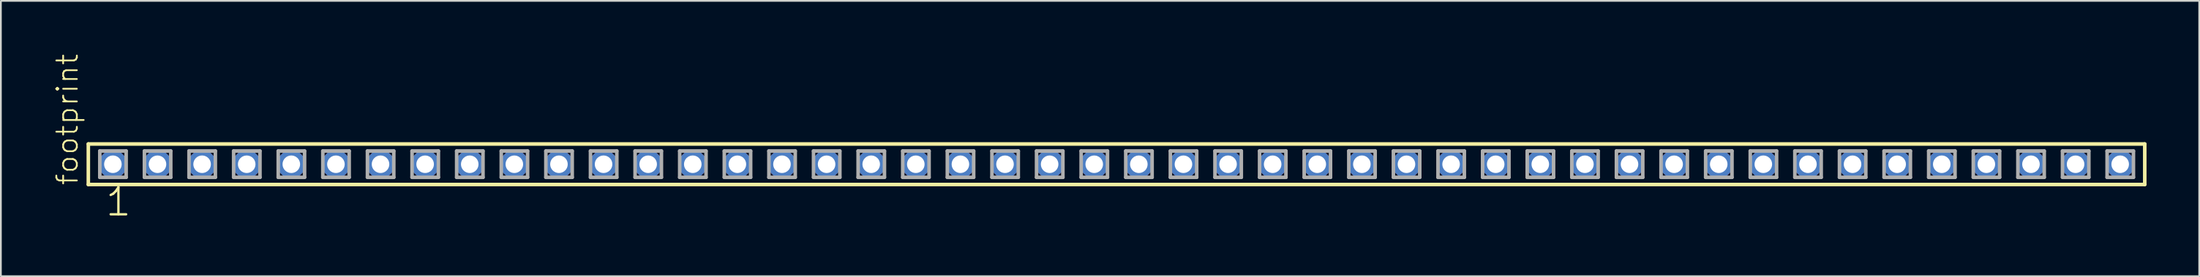
<source format=kicad_pcb>
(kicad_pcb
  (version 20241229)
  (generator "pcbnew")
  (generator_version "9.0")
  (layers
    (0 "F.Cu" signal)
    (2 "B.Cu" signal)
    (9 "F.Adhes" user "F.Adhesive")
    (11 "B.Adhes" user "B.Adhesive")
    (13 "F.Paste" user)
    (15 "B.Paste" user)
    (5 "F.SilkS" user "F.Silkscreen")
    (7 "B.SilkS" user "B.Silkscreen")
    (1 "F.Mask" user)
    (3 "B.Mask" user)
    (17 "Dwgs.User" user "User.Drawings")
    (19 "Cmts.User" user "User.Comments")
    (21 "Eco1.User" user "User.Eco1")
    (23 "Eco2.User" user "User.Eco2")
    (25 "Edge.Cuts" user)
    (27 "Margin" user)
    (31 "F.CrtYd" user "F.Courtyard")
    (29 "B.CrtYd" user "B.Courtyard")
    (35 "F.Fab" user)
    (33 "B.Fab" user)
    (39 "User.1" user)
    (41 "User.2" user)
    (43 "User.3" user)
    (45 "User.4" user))
  (footprint "footprint"
    (layer "F.Cu")
    (at 60.528 6.312)
    (property "Reference" "footprint" (at -59.055 1.27 90) (layer "F.SilkS") (effects (font (size 1.168 1.168) (thickness 0.102)) (justify left bottom)))
    (fp_line (start -58.549 -1.155) (end 58.549 -1.155) (stroke (width 0.203) (type solid)) (layer "F.SilkS"))
    (fp_line (start -58.549 1.155) (end -58.549 -1.155) (stroke (width 0.203) (type solid)) (layer "F.SilkS"))
    (fp_line (start 58.549 -1.155) (end 58.549 1.155) (stroke (width 0.203) (type solid)) (layer "F.SilkS"))
    (fp_line (start 58.549 1.155) (end -58.549 1.155) (stroke (width 0.203) (type solid)) (layer "F.SilkS"))
    (fp_line (start -57.895 -0.755) (end -56.395 -0.755) (stroke (width 0.203) (type solid)) (layer "F.Fab"))
    (fp_line (start -57.895 0.745) (end -57.895 -0.755) (stroke (width 0.203) (type solid)) (layer "F.Fab"))
    (fp_line (start -56.395 -0.755) (end -56.395 0.745) (stroke (width 0.203) (type solid)) (layer "F.Fab"))
    (fp_line (start -56.395 0.745) (end -57.895 0.745) (stroke (width 0.203) (type solid)) (layer "F.Fab"))
    (fp_line (start -55.355 -0.755) (end -53.855 -0.755) (stroke (width 0.203) (type solid)) (layer "F.Fab"))
    (fp_line (start -55.355 0.745) (end -55.355 -0.755) (stroke (width 0.203) (type solid)) (layer "F.Fab"))
    (fp_line (start -53.855 -0.755) (end -53.855 0.745) (stroke (width 0.203) (type solid)) (layer "F.Fab"))
    (fp_line (start -53.855 0.745) (end -55.355 0.745) (stroke (width 0.203) (type solid)) (layer "F.Fab"))
    (fp_line (start -52.815 -0.755) (end -51.315 -0.755) (stroke (width 0.203) (type solid)) (layer "F.Fab"))
    (fp_line (start -52.815 0.745) (end -52.815 -0.755) (stroke (width 0.203) (type solid)) (layer "F.Fab"))
    (fp_line (start -51.315 -0.755) (end -51.315 0.745) (stroke (width 0.203) (type solid)) (layer "F.Fab"))
    (fp_line (start -51.315 0.745) (end -52.815 0.745) (stroke (width 0.203) (type solid)) (layer "F.Fab"))
    (fp_line (start -50.275 -0.755) (end -48.775 -0.755) (stroke (width 0.203) (type solid)) (layer "F.Fab"))
    (fp_line (start -50.275 0.745) (end -50.275 -0.755) (stroke (width 0.203) (type solid)) (layer "F.Fab"))
    (fp_line (start -48.775 -0.755) (end -48.775 0.745) (stroke (width 0.203) (type solid)) (layer "F.Fab"))
    (fp_line (start -48.775 0.745) (end -50.275 0.745) (stroke (width 0.203) (type solid)) (layer "F.Fab"))
    (fp_line (start -47.735 -0.755) (end -46.235 -0.755) (stroke (width 0.203) (type solid)) (layer "F.Fab"))
    (fp_line (start -47.735 0.745) (end -47.735 -0.755) (stroke (width 0.203) (type solid)) (layer "F.Fab"))
    (fp_line (start -46.235 -0.755) (end -46.235 0.745) (stroke (width 0.203) (type solid)) (layer "F.Fab"))
    (fp_line (start -46.235 0.745) (end -47.735 0.745) (stroke (width 0.203) (type solid)) (layer "F.Fab"))
    (fp_line (start -45.195 -0.755) (end -43.695 -0.755) (stroke (width 0.203) (type solid)) (layer "F.Fab"))
    (fp_line (start -45.195 0.745) (end -45.195 -0.755) (stroke (width 0.203) (type solid)) (layer "F.Fab"))
    (fp_line (start -43.695 -0.755) (end -43.695 0.745) (stroke (width 0.203) (type solid)) (layer "F.Fab"))
    (fp_line (start -43.695 0.745) (end -45.195 0.745) (stroke (width 0.203) (type solid)) (layer "F.Fab"))
    (fp_line (start -42.655 -0.755) (end -41.155 -0.755) (stroke (width 0.203) (type solid)) (layer "F.Fab"))
    (fp_line (start -42.655 0.745) (end -42.655 -0.755) (stroke (width 0.203) (type solid)) (layer "F.Fab"))
    (fp_line (start -41.155 -0.755) (end -41.155 0.745) (stroke (width 0.203) (type solid)) (layer "F.Fab"))
    (fp_line (start -41.155 0.745) (end -42.655 0.745) (stroke (width 0.203) (type solid)) (layer "F.Fab"))
    (fp_line (start -40.115 -0.755) (end -38.615 -0.755) (stroke (width 0.203) (type solid)) (layer "F.Fab"))
    (fp_line (start -40.115 0.745) (end -40.115 -0.755) (stroke (width 0.203) (type solid)) (layer "F.Fab"))
    (fp_line (start -38.615 -0.755) (end -38.615 0.745) (stroke (width 0.203) (type solid)) (layer "F.Fab"))
    (fp_line (start -38.615 0.745) (end -40.115 0.745) (stroke (width 0.203) (type solid)) (layer "F.Fab"))
    (fp_line (start -37.575 -0.755) (end -36.075 -0.755) (stroke (width 0.203) (type solid)) (layer "F.Fab"))
    (fp_line (start -37.575 0.745) (end -37.575 -0.755) (stroke (width 0.203) (type solid)) (layer "F.Fab"))
    (fp_line (start -36.075 -0.755) (end -36.075 0.745) (stroke (width 0.203) (type solid)) (layer "F.Fab"))
    (fp_line (start -36.075 0.745) (end -37.575 0.745) (stroke (width 0.203) (type solid)) (layer "F.Fab"))
    (fp_line (start -35.035 -0.755) (end -33.535 -0.755) (stroke (width 0.203) (type solid)) (layer "F.Fab"))
    (fp_line (start -35.035 0.745) (end -35.035 -0.755) (stroke (width 0.203) (type solid)) (layer "F.Fab"))
    (fp_line (start -33.535 -0.755) (end -33.535 0.745) (stroke (width 0.203) (type solid)) (layer "F.Fab"))
    (fp_line (start -33.535 0.745) (end -35.035 0.745) (stroke (width 0.203) (type solid)) (layer "F.Fab"))
    (fp_line (start -32.495 -0.755) (end -30.995 -0.755) (stroke (width 0.203) (type solid)) (layer "F.Fab"))
    (fp_line (start -32.495 0.745) (end -32.495 -0.755) (stroke (width 0.203) (type solid)) (layer "F.Fab"))
    (fp_line (start -30.995 -0.755) (end -30.995 0.745) (stroke (width 0.203) (type solid)) (layer "F.Fab"))
    (fp_line (start -30.995 0.745) (end -32.495 0.745) (stroke (width 0.203) (type solid)) (layer "F.Fab"))
    (fp_line (start -29.955 -0.755) (end -28.455 -0.755) (stroke (width 0.203) (type solid)) (layer "F.Fab"))
    (fp_line (start -29.955 0.745) (end -29.955 -0.755) (stroke (width 0.203) (type solid)) (layer "F.Fab"))
    (fp_line (start -28.455 -0.755) (end -28.455 0.745) (stroke (width 0.203) (type solid)) (layer "F.Fab"))
    (fp_line (start -28.455 0.745) (end -29.955 0.745) (stroke (width 0.203) (type solid)) (layer "F.Fab"))
    (fp_line (start -27.415 -0.755) (end -25.915 -0.755) (stroke (width 0.203) (type solid)) (layer "F.Fab"))
    (fp_line (start -27.415 0.745) (end -27.415 -0.755) (stroke (width 0.203) (type solid)) (layer "F.Fab"))
    (fp_line (start -25.915 -0.755) (end -25.915 0.745) (stroke (width 0.203) (type solid)) (layer "F.Fab"))
    (fp_line (start -25.915 0.745) (end -27.415 0.745) (stroke (width 0.203) (type solid)) (layer "F.Fab"))
    (fp_line (start -24.875 -0.755) (end -23.375 -0.755) (stroke (width 0.203) (type solid)) (layer "F.Fab"))
    (fp_line (start -24.875 0.745) (end -24.875 -0.755) (stroke (width 0.203) (type solid)) (layer "F.Fab"))
    (fp_line (start -23.375 -0.755) (end -23.375 0.745) (stroke (width 0.203) (type solid)) (layer "F.Fab"))
    (fp_line (start -23.375 0.745) (end -24.875 0.745) (stroke (width 0.203) (type solid)) (layer "F.Fab"))
    (fp_line (start -22.335 -0.755) (end -20.835 -0.755) (stroke (width 0.203) (type solid)) (layer "F.Fab"))
    (fp_line (start -22.335 0.745) (end -22.335 -0.755) (stroke (width 0.203) (type solid)) (layer "F.Fab"))
    (fp_line (start -20.835 -0.755) (end -20.835 0.745) (stroke (width 0.203) (type solid)) (layer "F.Fab"))
    (fp_line (start -20.835 0.745) (end -22.335 0.745) (stroke (width 0.203) (type solid)) (layer "F.Fab"))
    (fp_line (start -19.795 -0.755) (end -18.295 -0.755) (stroke (width 0.203) (type solid)) (layer "F.Fab"))
    (fp_line (start -19.795 0.745) (end -19.795 -0.755) (stroke (width 0.203) (type solid)) (layer "F.Fab"))
    (fp_line (start -18.295 -0.755) (end -18.295 0.745) (stroke (width 0.203) (type solid)) (layer "F.Fab"))
    (fp_line (start -18.295 0.745) (end -19.795 0.745) (stroke (width 0.203) (type solid)) (layer "F.Fab"))
    (fp_line (start -17.255 -0.755) (end -15.755 -0.755) (stroke (width 0.203) (type solid)) (layer "F.Fab"))
    (fp_line (start -17.255 0.745) (end -17.255 -0.755) (stroke (width 0.203) (type solid)) (layer "F.Fab"))
    (fp_line (start -15.755 -0.755) (end -15.755 0.745) (stroke (width 0.203) (type solid)) (layer "F.Fab"))
    (fp_line (start -15.755 0.745) (end -17.255 0.745) (stroke (width 0.203) (type solid)) (layer "F.Fab"))
    (fp_line (start -14.715 -0.755) (end -13.215 -0.755) (stroke (width 0.203) (type solid)) (layer "F.Fab"))
    (fp_line (start -14.715 0.745) (end -14.715 -0.755) (stroke (width 0.203) (type solid)) (layer "F.Fab"))
    (fp_line (start -13.215 -0.755) (end -13.215 0.745) (stroke (width 0.203) (type solid)) (layer "F.Fab"))
    (fp_line (start -13.215 0.745) (end -14.715 0.745) (stroke (width 0.203) (type solid)) (layer "F.Fab"))
    (fp_line (start -12.175 -0.755) (end -10.675 -0.755) (stroke (width 0.203) (type solid)) (layer "F.Fab"))
    (fp_line (start -12.175 0.745) (end -12.175 -0.755) (stroke (width 0.203) (type solid)) (layer "F.Fab"))
    (fp_line (start -10.675 -0.755) (end -10.675 0.745) (stroke (width 0.203) (type solid)) (layer "F.Fab"))
    (fp_line (start -10.675 0.745) (end -12.175 0.745) (stroke (width 0.203) (type solid)) (layer "F.Fab"))
    (fp_line (start -9.635 -0.755) (end -8.135 -0.755) (stroke (width 0.203) (type solid)) (layer "F.Fab"))
    (fp_line (start -9.635 0.745) (end -9.635 -0.755) (stroke (width 0.203) (type solid)) (layer "F.Fab"))
    (fp_line (start -8.135 -0.755) (end -8.135 0.745) (stroke (width 0.203) (type solid)) (layer "F.Fab"))
    (fp_line (start -8.135 0.745) (end -9.635 0.745) (stroke (width 0.203) (type solid)) (layer "F.Fab"))
    (fp_line (start -7.095 -0.755) (end -5.595 -0.755) (stroke (width 0.203) (type solid)) (layer "F.Fab"))
    (fp_line (start -7.095 0.745) (end -7.095 -0.755) (stroke (width 0.203) (type solid)) (layer "F.Fab"))
    (fp_line (start -5.595 -0.755) (end -5.595 0.745) (stroke (width 0.203) (type solid)) (layer "F.Fab"))
    (fp_line (start -5.595 0.745) (end -7.095 0.745) (stroke (width 0.203) (type solid)) (layer "F.Fab"))
    (fp_line (start -4.555 -0.755) (end -3.055 -0.755) (stroke (width 0.203) (type solid)) (layer "F.Fab"))
    (fp_line (start -4.555 0.745) (end -4.555 -0.755) (stroke (width 0.203) (type solid)) (layer "F.Fab"))
    (fp_line (start -3.055 -0.755) (end -3.055 0.745) (stroke (width 0.203) (type solid)) (layer "F.Fab"))
    (fp_line (start -3.055 0.745) (end -4.555 0.745) (stroke (width 0.203) (type solid)) (layer "F.Fab"))
    (fp_line (start -2.015 -0.755) (end -0.515 -0.755) (stroke (width 0.203) (type solid)) (layer "F.Fab"))
    (fp_line (start -2.015 0.745) (end -2.015 -0.755) (stroke (width 0.203) (type solid)) (layer "F.Fab"))
    (fp_line (start -0.515 -0.755) (end -0.515 0.745) (stroke (width 0.203) (type solid)) (layer "F.Fab"))
    (fp_line (start -0.515 0.745) (end -2.015 0.745) (stroke (width 0.203) (type solid)) (layer "F.Fab"))
    (fp_line (start 0.525 -0.755) (end 2.025 -0.755) (stroke (width 0.203) (type solid)) (layer "F.Fab"))
    (fp_line (start 0.525 0.745) (end 0.525 -0.755) (stroke (width 0.203) (type solid)) (layer "F.Fab"))
    (fp_line (start 2.025 -0.755) (end 2.025 0.745) (stroke (width 0.203) (type solid)) (layer "F.Fab"))
    (fp_line (start 2.025 0.745) (end 0.525 0.745) (stroke (width 0.203) (type solid)) (layer "F.Fab"))
    (fp_line (start 3.065 -0.755) (end 4.565 -0.755) (stroke (width 0.203) (type solid)) (layer "F.Fab"))
    (fp_line (start 3.065 0.745) (end 3.065 -0.755) (stroke (width 0.203) (type solid)) (layer "F.Fab"))
    (fp_line (start 4.565 -0.755) (end 4.565 0.745) (stroke (width 0.203) (type solid)) (layer "F.Fab"))
    (fp_line (start 4.565 0.745) (end 3.065 0.745) (stroke (width 0.203) (type solid)) (layer "F.Fab"))
    (fp_line (start 5.605 -0.755) (end 7.105 -0.755) (stroke (width 0.203) (type solid)) (layer "F.Fab"))
    (fp_line (start 5.605 0.745) (end 5.605 -0.755) (stroke (width 0.203) (type solid)) (layer "F.Fab"))
    (fp_line (start 7.105 -0.755) (end 7.105 0.745) (stroke (width 0.203) (type solid)) (layer "F.Fab"))
    (fp_line (start 7.105 0.745) (end 5.605 0.745) (stroke (width 0.203) (type solid)) (layer "F.Fab"))
    (fp_line (start 8.145 -0.755) (end 9.645 -0.755) (stroke (width 0.203) (type solid)) (layer "F.Fab"))
    (fp_line (start 8.145 0.745) (end 8.145 -0.755) (stroke (width 0.203) (type solid)) (layer "F.Fab"))
    (fp_line (start 9.645 -0.755) (end 9.645 0.745) (stroke (width 0.203) (type solid)) (layer "F.Fab"))
    (fp_line (start 9.645 0.745) (end 8.145 0.745) (stroke (width 0.203) (type solid)) (layer "F.Fab"))
    (fp_line (start 10.685 -0.755) (end 12.185 -0.755) (stroke (width 0.203) (type solid)) (layer "F.Fab"))
    (fp_line (start 10.685 0.745) (end 10.685 -0.755) (stroke (width 0.203) (type solid)) (layer "F.Fab"))
    (fp_line (start 12.185 -0.755) (end 12.185 0.745) (stroke (width 0.203) (type solid)) (layer "F.Fab"))
    (fp_line (start 12.185 0.745) (end 10.685 0.745) (stroke (width 0.203) (type solid)) (layer "F.Fab"))
    (fp_line (start 13.225 -0.755) (end 14.725 -0.755) (stroke (width 0.203) (type solid)) (layer "F.Fab"))
    (fp_line (start 13.225 0.745) (end 13.225 -0.755) (stroke (width 0.203) (type solid)) (layer "F.Fab"))
    (fp_line (start 14.725 -0.755) (end 14.725 0.745) (stroke (width 0.203) (type solid)) (layer "F.Fab"))
    (fp_line (start 14.725 0.745) (end 13.225 0.745) (stroke (width 0.203) (type solid)) (layer "F.Fab"))
    (fp_line (start 15.765 -0.755) (end 17.265 -0.755) (stroke (width 0.203) (type solid)) (layer "F.Fab"))
    (fp_line (start 15.765 0.745) (end 15.765 -0.755) (stroke (width 0.203) (type solid)) (layer "F.Fab"))
    (fp_line (start 17.265 -0.755) (end 17.265 0.745) (stroke (width 0.203) (type solid)) (layer "F.Fab"))
    (fp_line (start 17.265 0.745) (end 15.765 0.745) (stroke (width 0.203) (type solid)) (layer "F.Fab"))
    (fp_line (start 18.305 -0.755) (end 19.805 -0.755) (stroke (width 0.203) (type solid)) (layer "F.Fab"))
    (fp_line (start 18.305 0.745) (end 18.305 -0.755) (stroke (width 0.203) (type solid)) (layer "F.Fab"))
    (fp_line (start 19.805 -0.755) (end 19.805 0.745) (stroke (width 0.203) (type solid)) (layer "F.Fab"))
    (fp_line (start 19.805 0.745) (end 18.305 0.745) (stroke (width 0.203) (type solid)) (layer "F.Fab"))
    (fp_line (start 20.845 -0.755) (end 22.345 -0.755) (stroke (width 0.203) (type solid)) (layer "F.Fab"))
    (fp_line (start 20.845 0.745) (end 20.845 -0.755) (stroke (width 0.203) (type solid)) (layer "F.Fab"))
    (fp_line (start 22.345 -0.755) (end 22.345 0.745) (stroke (width 0.203) (type solid)) (layer "F.Fab"))
    (fp_line (start 22.345 0.745) (end 20.845 0.745) (stroke (width 0.203) (type solid)) (layer "F.Fab"))
    (fp_line (start 23.385 -0.755) (end 24.885 -0.755) (stroke (width 0.203) (type solid)) (layer "F.Fab"))
    (fp_line (start 23.385 0.745) (end 23.385 -0.755) (stroke (width 0.203) (type solid)) (layer "F.Fab"))
    (fp_line (start 24.885 -0.755) (end 24.885 0.745) (stroke (width 0.203) (type solid)) (layer "F.Fab"))
    (fp_line (start 24.885 0.745) (end 23.385 0.745) (stroke (width 0.203) (type solid)) (layer "F.Fab"))
    (fp_line (start 25.925 -0.755) (end 27.425 -0.755) (stroke (width 0.203) (type solid)) (layer "F.Fab"))
    (fp_line (start 25.925 0.745) (end 25.925 -0.755) (stroke (width 0.203) (type solid)) (layer "F.Fab"))
    (fp_line (start 27.425 -0.755) (end 27.425 0.745) (stroke (width 0.203) (type solid)) (layer "F.Fab"))
    (fp_line (start 27.425 0.745) (end 25.925 0.745) (stroke (width 0.203) (type solid)) (layer "F.Fab"))
    (fp_line (start 28.465 -0.755) (end 29.965 -0.755) (stroke (width 0.203) (type solid)) (layer "F.Fab"))
    (fp_line (start 28.465 0.745) (end 28.465 -0.755) (stroke (width 0.203) (type solid)) (layer "F.Fab"))
    (fp_line (start 29.965 -0.755) (end 29.965 0.745) (stroke (width 0.203) (type solid)) (layer "F.Fab"))
    (fp_line (start 29.965 0.745) (end 28.465 0.745) (stroke (width 0.203) (type solid)) (layer "F.Fab"))
    (fp_line (start 31.005 -0.755) (end 32.505 -0.755) (stroke (width 0.203) (type solid)) (layer "F.Fab"))
    (fp_line (start 31.005 0.745) (end 31.005 -0.755) (stroke (width 0.203) (type solid)) (layer "F.Fab"))
    (fp_line (start 32.505 -0.755) (end 32.505 0.745) (stroke (width 0.203) (type solid)) (layer "F.Fab"))
    (fp_line (start 32.505 0.745) (end 31.005 0.745) (stroke (width 0.203) (type solid)) (layer "F.Fab"))
    (fp_line (start 33.545 -0.755) (end 35.045 -0.755) (stroke (width 0.203) (type solid)) (layer "F.Fab"))
    (fp_line (start 33.545 0.745) (end 33.545 -0.755) (stroke (width 0.203) (type solid)) (layer "F.Fab"))
    (fp_line (start 35.045 -0.755) (end 35.045 0.745) (stroke (width 0.203) (type solid)) (layer "F.Fab"))
    (fp_line (start 35.045 0.745) (end 33.545 0.745) (stroke (width 0.203) (type solid)) (layer "F.Fab"))
    (fp_line (start 36.085 -0.755) (end 37.585 -0.755) (stroke (width 0.203) (type solid)) (layer "F.Fab"))
    (fp_line (start 36.085 0.745) (end 36.085 -0.755) (stroke (width 0.203) (type solid)) (layer "F.Fab"))
    (fp_line (start 37.585 -0.755) (end 37.585 0.745) (stroke (width 0.203) (type solid)) (layer "F.Fab"))
    (fp_line (start 37.585 0.745) (end 36.085 0.745) (stroke (width 0.203) (type solid)) (layer "F.Fab"))
    (fp_line (start 38.625 -0.755) (end 40.125 -0.755) (stroke (width 0.203) (type solid)) (layer "F.Fab"))
    (fp_line (start 38.625 0.745) (end 38.625 -0.755) (stroke (width 0.203) (type solid)) (layer "F.Fab"))
    (fp_line (start 40.125 -0.755) (end 40.125 0.745) (stroke (width 0.203) (type solid)) (layer "F.Fab"))
    (fp_line (start 40.125 0.745) (end 38.625 0.745) (stroke (width 0.203) (type solid)) (layer "F.Fab"))
    (fp_line (start 41.165 -0.755) (end 42.665 -0.755) (stroke (width 0.203) (type solid)) (layer "F.Fab"))
    (fp_line (start 41.165 0.745) (end 41.165 -0.755) (stroke (width 0.203) (type solid)) (layer "F.Fab"))
    (fp_line (start 42.665 -0.755) (end 42.665 0.745) (stroke (width 0.203) (type solid)) (layer "F.Fab"))
    (fp_line (start 42.665 0.745) (end 41.165 0.745) (stroke (width 0.203) (type solid)) (layer "F.Fab"))
    (fp_line (start 43.705 -0.755) (end 45.205 -0.755) (stroke (width 0.203) (type solid)) (layer "F.Fab"))
    (fp_line (start 43.705 0.745) (end 43.705 -0.755) (stroke (width 0.203) (type solid)) (layer "F.Fab"))
    (fp_line (start 45.205 -0.755) (end 45.205 0.745) (stroke (width 0.203) (type solid)) (layer "F.Fab"))
    (fp_line (start 45.205 0.745) (end 43.705 0.745) (stroke (width 0.203) (type solid)) (layer "F.Fab"))
    (fp_line (start 46.245 -0.755) (end 47.745 -0.755) (stroke (width 0.203) (type solid)) (layer "F.Fab"))
    (fp_line (start 46.245 0.745) (end 46.245 -0.755) (stroke (width 0.203) (type solid)) (layer "F.Fab"))
    (fp_line (start 47.745 -0.755) (end 47.745 0.745) (stroke (width 0.203) (type solid)) (layer "F.Fab"))
    (fp_line (start 47.745 0.745) (end 46.245 0.745) (stroke (width 0.203) (type solid)) (layer "F.Fab"))
    (fp_line (start 48.785 -0.755) (end 50.285 -0.755) (stroke (width 0.203) (type solid)) (layer "F.Fab"))
    (fp_line (start 48.785 0.745) (end 48.785 -0.755) (stroke (width 0.203) (type solid)) (layer "F.Fab"))
    (fp_line (start 50.285 -0.755) (end 50.285 0.745) (stroke (width 0.203) (type solid)) (layer "F.Fab"))
    (fp_line (start 50.285 0.745) (end 48.785 0.745) (stroke (width 0.203) (type solid)) (layer "F.Fab"))
    (fp_line (start 51.325 -0.755) (end 52.825 -0.755) (stroke (width 0.203) (type solid)) (layer "F.Fab"))
    (fp_line (start 51.325 0.745) (end 51.325 -0.755) (stroke (width 0.203) (type solid)) (layer "F.Fab"))
    (fp_line (start 52.825 -0.755) (end 52.825 0.745) (stroke (width 0.203) (type solid)) (layer "F.Fab"))
    (fp_line (start 52.825 0.745) (end 51.325 0.745) (stroke (width 0.203) (type solid)) (layer "F.Fab"))
    (fp_line (start 53.865 -0.755) (end 55.365 -0.755) (stroke (width 0.203) (type solid)) (layer "F.Fab"))
    (fp_line (start 53.865 0.745) (end 53.865 -0.755) (stroke (width 0.203) (type solid)) (layer "F.Fab"))
    (fp_line (start 55.365 -0.755) (end 55.365 0.745) (stroke (width 0.203) (type solid)) (layer "F.Fab"))
    (fp_line (start 55.365 0.745) (end 53.865 0.745) (stroke (width 0.203) (type solid)) (layer "F.Fab"))
    (fp_line (start 56.405 -0.755) (end 57.905 -0.755) (stroke (width 0.203) (type solid)) (layer "F.Fab"))
    (fp_line (start 56.405 0.745) (end 56.405 -0.755) (stroke (width 0.203) (type solid)) (layer "F.Fab"))
    (fp_line (start 57.905 -0.755) (end 57.905 0.745) (stroke (width 0.203) (type solid)) (layer "F.Fab"))
    (fp_line (start 57.905 0.745) (end 56.405 0.745) (stroke (width 0.203) (type solid)) (layer "F.Fab"))
    (fp_text user "1" (at -57.658 3.048 0) (layer "F.SilkS") (effects (font (size 1.542 1.542) (thickness 0.134)) (justify left bottom)))
    (pad "1" thru_hole roundrect (at -57.15 0) (size 1.5 1.5) (drill 1) (layers "*.Cu" "*.Mask") (roundrect_rratio 0.25) (chamfer_ratio 0.25) (chamfer top_left top_right bottom_left bottom_right))
    (pad "2" thru_hole roundrect (at -54.61 0) (size 1.5 1.5) (drill 1) (layers "*.Cu" "*.Mask") (roundrect_rratio 0.25) (chamfer_ratio 0.25) (chamfer top_left top_right bottom_left bottom_right))
    (pad "3" thru_hole roundrect (at -52.07 0) (size 1.5 1.5) (drill 1) (layers "*.Cu" "*.Mask") (roundrect_rratio 0.25) (chamfer_ratio 0.25) (chamfer top_left top_right bottom_left bottom_right))
    (pad "4" thru_hole roundrect (at -49.53 0) (size 1.5 1.5) (drill 1) (layers "*.Cu" "*.Mask") (roundrect_rratio 0.25) (chamfer_ratio 0.25) (chamfer top_left top_right bottom_left bottom_right))
    (pad "5" thru_hole roundrect (at -46.99 0) (size 1.5 1.5) (drill 1) (layers "*.Cu" "*.Mask") (roundrect_rratio 0.25) (chamfer_ratio 0.25) (chamfer top_left top_right bottom_left bottom_right))
    (pad "6" thru_hole roundrect (at -44.45 0) (size 1.5 1.5) (drill 1) (layers "*.Cu" "*.Mask") (roundrect_rratio 0.25) (chamfer_ratio 0.25) (chamfer top_left top_right bottom_left bottom_right))
    (pad "7" thru_hole roundrect (at -41.91 0) (size 1.5 1.5) (drill 1) (layers "*.Cu" "*.Mask") (roundrect_rratio 0.25) (chamfer_ratio 0.25) (chamfer top_left top_right bottom_left bottom_right))
    (pad "8" thru_hole roundrect (at -39.37 0) (size 1.5 1.5) (drill 1) (layers "*.Cu" "*.Mask") (roundrect_rratio 0.25) (chamfer_ratio 0.25) (chamfer top_left top_right bottom_left bottom_right))
    (pad "9" thru_hole roundrect (at -36.83 0) (size 1.5 1.5) (drill 1) (layers "*.Cu" "*.Mask") (roundrect_rratio 0.25) (chamfer_ratio 0.25) (chamfer top_left top_right bottom_left bottom_right))
    (pad "10" thru_hole roundrect (at -34.29 0) (size 1.5 1.5) (drill 1) (layers "*.Cu" "*.Mask") (roundrect_rratio 0.25) (chamfer_ratio 0.25) (chamfer top_left top_right bottom_left bottom_right))
    (pad "11" thru_hole roundrect (at -31.75 0) (size 1.5 1.5) (drill 1) (layers "*.Cu" "*.Mask") (roundrect_rratio 0.25) (chamfer_ratio 0.25) (chamfer top_left top_right bottom_left bottom_right))
    (pad "12" thru_hole roundrect (at -29.21 0) (size 1.5 1.5) (drill 1) (layers "*.Cu" "*.Mask") (roundrect_rratio 0.25) (chamfer_ratio 0.25) (chamfer top_left top_right bottom_left bottom_right))
    (pad "13" thru_hole roundrect (at -26.67 0) (size 1.5 1.5) (drill 1) (layers "*.Cu" "*.Mask") (roundrect_rratio 0.25) (chamfer_ratio 0.25) (chamfer top_left top_right bottom_left bottom_right))
    (pad "14" thru_hole roundrect (at -24.13 0) (size 1.5 1.5) (drill 1) (layers "*.Cu" "*.Mask") (roundrect_rratio 0.25) (chamfer_ratio 0.25) (chamfer top_left top_right bottom_left bottom_right))
    (pad "15" thru_hole roundrect (at -21.59 0) (size 1.5 1.5) (drill 1) (layers "*.Cu" "*.Mask") (roundrect_rratio 0.25) (chamfer_ratio 0.25) (chamfer top_left top_right bottom_left bottom_right))
    (pad "16" thru_hole roundrect (at -19.05 0) (size 1.5 1.5) (drill 1) (layers "*.Cu" "*.Mask") (roundrect_rratio 0.25) (chamfer_ratio 0.25) (chamfer top_left top_right bottom_left bottom_right))
    (pad "17" thru_hole roundrect (at -16.51 0) (size 1.5 1.5) (drill 1) (layers "*.Cu" "*.Mask") (roundrect_rratio 0.25) (chamfer_ratio 0.25) (chamfer top_left top_right bottom_left bottom_right))
    (pad "18" thru_hole roundrect (at -13.97 0) (size 1.5 1.5) (drill 1) (layers "*.Cu" "*.Mask") (roundrect_rratio 0.25) (chamfer_ratio 0.25) (chamfer top_left top_right bottom_left bottom_right))
    (pad "19" thru_hole roundrect (at -11.43 0) (size 1.5 1.5) (drill 1) (layers "*.Cu" "*.Mask") (roundrect_rratio 0.25) (chamfer_ratio 0.25) (chamfer top_left top_right bottom_left bottom_right))
    (pad "20" thru_hole roundrect (at -8.89 0) (size 1.5 1.5) (drill 1) (layers "*.Cu" "*.Mask") (roundrect_rratio 0.25) (chamfer_ratio 0.25) (chamfer top_left top_right bottom_left bottom_right))
    (pad "21" thru_hole roundrect (at -6.35 0) (size 1.5 1.5) (drill 1) (layers "*.Cu" "*.Mask") (roundrect_rratio 0.25) (chamfer_ratio 0.25) (chamfer top_left top_right bottom_left bottom_right))
    (pad "22" thru_hole roundrect (at -3.81 0) (size 1.5 1.5) (drill 1) (layers "*.Cu" "*.Mask") (roundrect_rratio 0.25) (chamfer_ratio 0.25) (chamfer top_left top_right bottom_left bottom_right))
    (pad "23" thru_hole roundrect (at -1.27 0) (size 1.5 1.5) (drill 1) (layers "*.Cu" "*.Mask") (roundrect_rratio 0.25) (chamfer_ratio 0.25) (chamfer top_left top_right bottom_left bottom_right))
    (pad "24" thru_hole roundrect (at 1.27 0) (size 1.5 1.5) (drill 1) (layers "*.Cu" "*.Mask") (roundrect_rratio 0.25) (chamfer_ratio 0.25) (chamfer top_left top_right bottom_left bottom_right))
    (pad "25" thru_hole roundrect (at 3.81 0) (size 1.5 1.5) (drill 1) (layers "*.Cu" "*.Mask") (roundrect_rratio 0.25) (chamfer_ratio 0.25) (chamfer top_left top_right bottom_left bottom_right))
    (pad "26" thru_hole roundrect (at 6.35 0) (size 1.5 1.5) (drill 1) (layers "*.Cu" "*.Mask") (roundrect_rratio 0.25) (chamfer_ratio 0.25) (chamfer top_left top_right bottom_left bottom_right))
    (pad "27" thru_hole roundrect (at 8.89 0) (size 1.5 1.5) (drill 1) (layers "*.Cu" "*.Mask") (roundrect_rratio 0.25) (chamfer_ratio 0.25) (chamfer top_left top_right bottom_left bottom_right))
    (pad "28" thru_hole roundrect (at 11.43 0) (size 1.5 1.5) (drill 1) (layers "*.Cu" "*.Mask") (roundrect_rratio 0.25) (chamfer_ratio 0.25) (chamfer top_left top_right bottom_left bottom_right))
    (pad "29" thru_hole roundrect (at 13.97 0) (size 1.5 1.5) (drill 1) (layers "*.Cu" "*.Mask") (roundrect_rratio 0.25) (chamfer_ratio 0.25) (chamfer top_left top_right bottom_left bottom_right))
    (pad "30" thru_hole roundrect (at 16.51 0) (size 1.5 1.5) (drill 1) (layers "*.Cu" "*.Mask") (roundrect_rratio 0.25) (chamfer_ratio 0.25) (chamfer top_left top_right bottom_left bottom_right))
    (pad "31" thru_hole roundrect (at 19.05 0) (size 1.5 1.5) (drill 1) (layers "*.Cu" "*.Mask") (roundrect_rratio 0.25) (chamfer_ratio 0.25) (chamfer top_left top_right bottom_left bottom_right))
    (pad "32" thru_hole roundrect (at 21.59 0) (size 1.5 1.5) (drill 1) (layers "*.Cu" "*.Mask") (roundrect_rratio 0.25) (chamfer_ratio 0.25) (chamfer top_left top_right bottom_left bottom_right))
    (pad "33" thru_hole roundrect (at 24.13 0) (size 1.5 1.5) (drill 1) (layers "*.Cu" "*.Mask") (roundrect_rratio 0.25) (chamfer_ratio 0.25) (chamfer top_left top_right bottom_left bottom_right))
    (pad "34" thru_hole roundrect (at 26.67 0) (size 1.5 1.5) (drill 1) (layers "*.Cu" "*.Mask") (roundrect_rratio 0.25) (chamfer_ratio 0.25) (chamfer top_left top_right bottom_left bottom_right))
    (pad "35" thru_hole roundrect (at 29.21 0) (size 1.5 1.5) (drill 1) (layers "*.Cu" "*.Mask") (roundrect_rratio 0.25) (chamfer_ratio 0.25) (chamfer top_left top_right bottom_left bottom_right))
    (pad "36" thru_hole roundrect (at 31.75 0) (size 1.5 1.5) (drill 1) (layers "*.Cu" "*.Mask") (roundrect_rratio 0.25) (chamfer_ratio 0.25) (chamfer top_left top_right bottom_left bottom_right))
    (pad "37" thru_hole roundrect (at 34.29 0) (size 1.5 1.5) (drill 1) (layers "*.Cu" "*.Mask") (roundrect_rratio 0.25) (chamfer_ratio 0.25) (chamfer top_left top_right bottom_left bottom_right))
    (pad "38" thru_hole roundrect (at 36.83 0) (size 1.5 1.5) (drill 1) (layers "*.Cu" "*.Mask") (roundrect_rratio 0.25) (chamfer_ratio 0.25) (chamfer top_left top_right bottom_left bottom_right))
    (pad "39" thru_hole roundrect (at 39.37 0) (size 1.5 1.5) (drill 1) (layers "*.Cu" "*.Mask") (roundrect_rratio 0.25) (chamfer_ratio 0.25) (chamfer top_left top_right bottom_left bottom_right))
    (pad "40" thru_hole roundrect (at 41.91 0) (size 1.5 1.5) (drill 1) (layers "*.Cu" "*.Mask") (roundrect_rratio 0.25) (chamfer_ratio 0.25) (chamfer top_left top_right bottom_left bottom_right))
    (pad "41" thru_hole roundrect (at 44.45 0) (size 1.5 1.5) (drill 1) (layers "*.Cu" "*.Mask") (roundrect_rratio 0.25) (chamfer_ratio 0.25) (chamfer top_left top_right bottom_left bottom_right))
    (pad "42" thru_hole roundrect (at 46.99 0) (size 1.5 1.5) (drill 1) (layers "*.Cu" "*.Mask") (roundrect_rratio 0.25) (chamfer_ratio 0.25) (chamfer top_left top_right bottom_left bottom_right))
    (pad "43" thru_hole roundrect (at 49.53 0) (size 1.5 1.5) (drill 1) (layers "*.Cu" "*.Mask") (roundrect_rratio 0.25) (chamfer_ratio 0.25) (chamfer top_left top_right bottom_left bottom_right))
    (pad "44" thru_hole roundrect (at 52.07 0) (size 1.5 1.5) (drill 1) (layers "*.Cu" "*.Mask") (roundrect_rratio 0.25) (chamfer_ratio 0.25) (chamfer top_left top_right bottom_left bottom_right))
    (pad "45" thru_hole roundrect (at 54.61 0) (size 1.5 1.5) (drill 1) (layers "*.Cu" "*.Mask") (roundrect_rratio 0.25) (chamfer_ratio 0.25) (chamfer top_left top_right bottom_left bottom_right))
    (pad "46" thru_hole roundrect (at 57.15 0) (size 1.5 1.5) (drill 1) (layers "*.Cu" "*.Mask") (roundrect_rratio 0.25) (chamfer_ratio 0.25) (chamfer top_left top_right bottom_left bottom_right)))
  (gr_rect
    (start -3 -3)
    (end 122.179 12.691)
    (stroke (width 0.1) (type default))
    (fill no)
    (layer "Edge.Cuts")))
</source>
